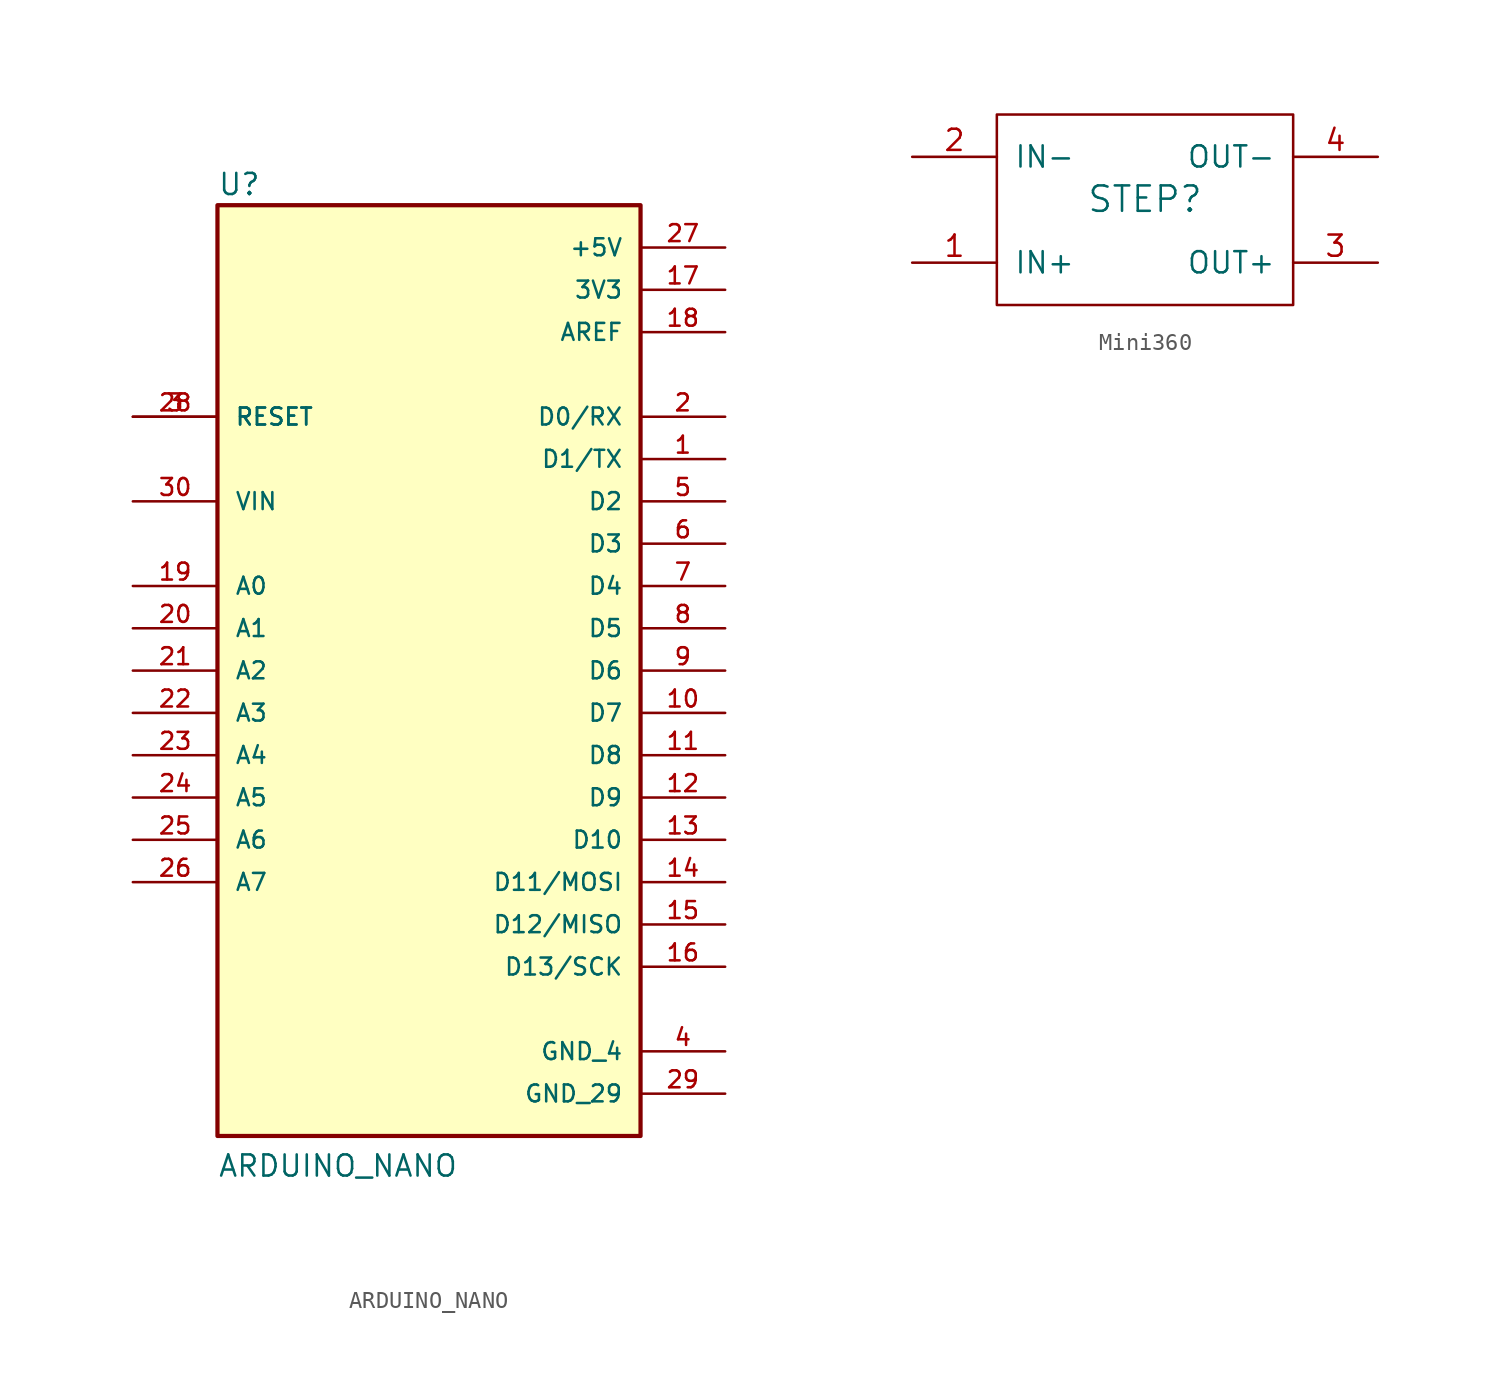
<source format=kicad_sym>
(kicad_symbol_lib
  (version 20241209)
  (generator "kicad_symbol_editor")
  (generator_version "9.0")
  (symbol "ARDUINO_NANO"
    (pin_names
      (offset 1.016))
    (property "Reference" "U"
      (at -12.7 28.448 0)
      (effects (font (size 1.27 1.27)) (justify left bottom)))
    (property "Value" "ARDUINO_NANO"
      (at -12.7 -30.48 0)
      (effects (font (size 1.27 1.27)) (justify left bottom)))
    (symbol "ARDUINO_NANO_0_0"
      (rectangle (start -12.7 27.94) (end 12.7 -27.94) (stroke (width 0.254) (type default)) (fill (type background)))
      (pin input line (at -17.78 15.24 0) (length 5.08) (name "RESET" (effects (font (size 1.016 1.016)))) (number "28" (effects (font (size 1.016 1.016)))))
      (pin input line (at -17.78 15.24 0) (length 5.08) (name "RESET" (effects (font (size 1.016 1.016)))) (number "3" (effects (font (size 1.016 1.016)))))
      (pin input line (at -17.78 10.16 0) (length 5.08) (name "VIN" (effects (font (size 1.016 1.016)))) (number "30" (effects (font (size 1.016 1.016)))))
      (pin input line (at -17.78 5.08 0) (length 5.08) (name "A0" (effects (font (size 1.016 1.016)))) (number "19" (effects (font (size 1.016 1.016)))))
      (pin input line (at -17.78 2.54 0) (length 5.08) (name "A1" (effects (font (size 1.016 1.016)))) (number "20" (effects (font (size 1.016 1.016)))))
      (pin input line (at -17.78 0 0) (length 5.08) (name "A2" (effects (font (size 1.016 1.016)))) (number "21" (effects (font (size 1.016 1.016)))))
      (pin input line (at -17.78 -2.54 0) (length 5.08) (name "A3" (effects (font (size 1.016 1.016)))) (number "22" (effects (font (size 1.016 1.016)))))
      (pin input line (at -17.78 -5.08 0) (length 5.08) (name "A4" (effects (font (size 1.016 1.016)))) (number "23" (effects (font (size 1.016 1.016)))))
      (pin input line (at -17.78 -7.62 0) (length 5.08) (name "A5" (effects (font (size 1.016 1.016)))) (number "24" (effects (font (size 1.016 1.016)))))
      (pin input line (at -17.78 -10.16 0) (length 5.08) (name "A6" (effects (font (size 1.016 1.016)))) (number "25" (effects (font (size 1.016 1.016)))))
      (pin input line (at -17.78 -12.7 0) (length 5.08) (name "A7" (effects (font (size 1.016 1.016)))) (number "26" (effects (font (size 1.016 1.016)))))
      (pin power_in line (at 17.78 25.4 180) (length 5.08) (name "+5V" (effects (font (size 1.016 1.016)))) (number "27" (effects (font (size 1.016 1.016)))))
      (pin power_in line (at 17.78 22.86 180) (length 5.08) (name "3V3" (effects (font (size 1.016 1.016)))) (number "17" (effects (font (size 1.016 1.016)))))
      (pin power_in line (at 17.78 20.32 180) (length 5.08) (name "AREF" (effects (font (size 1.016 1.016)))) (number "18" (effects (font (size 1.016 1.016)))))
      (pin bidirectional line (at 17.78 15.24 180) (length 5.08) (name "D0/RX" (effects (font (size 1.016 1.016)))) (number "2" (effects (font (size 1.016 1.016)))))
      (pin bidirectional line (at 17.78 12.7 180) (length 5.08) (name "D1/TX" (effects (font (size 1.016 1.016)))) (number "1" (effects (font (size 1.016 1.016)))))
      (pin bidirectional line (at 17.78 10.16 180) (length 5.08) (name "D2" (effects (font (size 1.016 1.016)))) (number "5" (effects (font (size 1.016 1.016)))))
      (pin bidirectional line (at 17.78 7.62 180) (length 5.08) (name "D3" (effects (font (size 1.016 1.016)))) (number "6" (effects (font (size 1.016 1.016)))))
      (pin bidirectional line (at 17.78 5.08 180) (length 5.08) (name "D4" (effects (font (size 1.016 1.016)))) (number "7" (effects (font (size 1.016 1.016)))))
      (pin bidirectional line (at 17.78 2.54 180) (length 5.08) (name "D5" (effects (font (size 1.016 1.016)))) (number "8" (effects (font (size 1.016 1.016)))))
      (pin bidirectional line (at 17.78 0 180) (length 5.08) (name "D6" (effects (font (size 1.016 1.016)))) (number "9" (effects (font (size 1.016 1.016)))))
      (pin bidirectional line (at 17.78 -2.54 180) (length 5.08) (name "D7" (effects (font (size 1.016 1.016)))) (number "10" (effects (font (size 1.016 1.016)))))
      (pin bidirectional line (at 17.78 -5.08 180) (length 5.08) (name "D8" (effects (font (size 1.016 1.016)))) (number "11" (effects (font (size 1.016 1.016)))))
      (pin bidirectional line (at 17.78 -7.62 180) (length 5.08) (name "D9" (effects (font (size 1.016 1.016)))) (number "12" (effects (font (size 1.016 1.016)))))
      (pin bidirectional line (at 17.78 -10.16 180) (length 5.08) (name "D10" (effects (font (size 1.016 1.016)))) (number "13" (effects (font (size 1.016 1.016)))))
      (pin bidirectional line (at 17.78 -12.7 180) (length 5.08) (name "D11/MOSI" (effects (font (size 1.016 1.016)))) (number "14" (effects (font (size 1.016 1.016)))))
      (pin bidirectional line (at 17.78 -15.24 180) (length 5.08) (name "D12/MISO" (effects (font (size 1.016 1.016)))) (number "15" (effects (font (size 1.016 1.016)))))
      (pin bidirectional line (at 17.78 -17.78 180) (length 5.08) (name "D13/SCK" (effects (font (size 1.016 1.016)))) (number "16" (effects (font (size 1.016 1.016)))))
      (pin power_in line (at 17.78 -22.86 180) (length 5.08) (name "GND_4" (effects (font (size 1.016 1.016)))) (number "4" (effects (font (size 1.016 1.016)))))
      (pin power_in line (at 17.78 -25.4 180) (length 5.08) (name "GND_29" (effects (font (size 1.016 1.016)))) (number "29" (effects (font (size 1.016 1.016)))))))
  (symbol "Mini360"
    (pin_names
      (offset 1.016))
    (property "Reference" "STEP"
      (at 0 1.27 0)
      (effects (font (size 1.524 1.524))))
    (property "Value" ""
      (at 0 7.62 0)
      (effects (font (size 1.524 1.524))))
    (symbol "Mini360_0_1"
      (rectangle (start -8.89 6.35) (end 8.89 -5.08) (stroke (width 0) (type solid)) (fill (type none))))
    (symbol "Mini360_1_1"
      (pin input line (at -13.97 3.81 0) (length 5.08) (name "IN-" (effects (font (size 1.27 1.27)))) (number "2" (effects (font (size 1.27 1.27)))))
      (pin power_in line (at -13.97 -2.54 0) (length 5.08) (name "IN+" (effects (font (size 1.27 1.27)))) (number "1" (effects (font (size 1.27 1.27)))))
      (pin output line (at 13.97 3.81 180) (length 5.08) (name "OUT-" (effects (font (size 1.27 1.27)))) (number "4" (effects (font (size 1.27 1.27)))))
      (pin power_in line (at 13.97 -2.54 180) (length 5.08) (name "OUT+" (effects (font (size 1.27 1.27)))) (number "3" (effects (font (size 1.27 1.27))))))))
</source>
